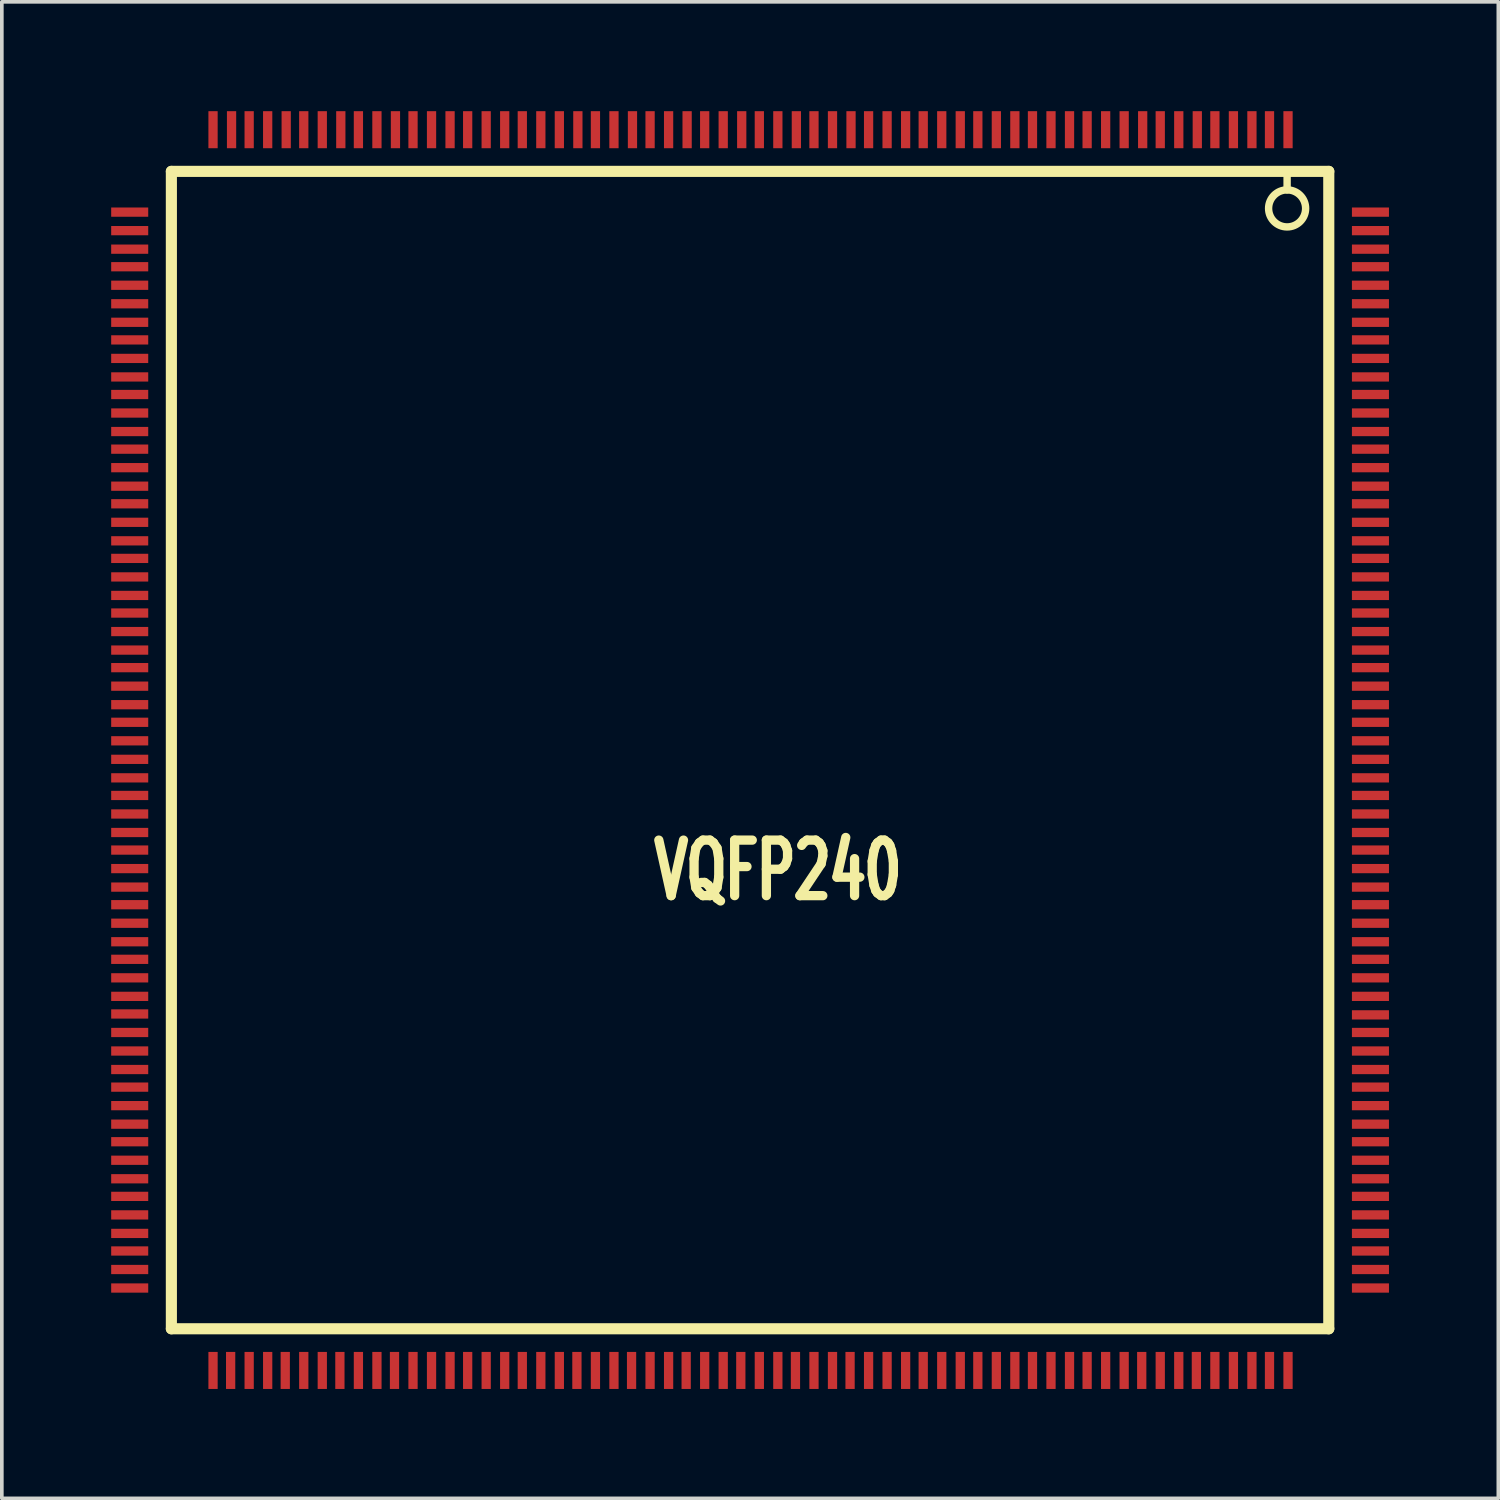
<source format=kicad_pcb>
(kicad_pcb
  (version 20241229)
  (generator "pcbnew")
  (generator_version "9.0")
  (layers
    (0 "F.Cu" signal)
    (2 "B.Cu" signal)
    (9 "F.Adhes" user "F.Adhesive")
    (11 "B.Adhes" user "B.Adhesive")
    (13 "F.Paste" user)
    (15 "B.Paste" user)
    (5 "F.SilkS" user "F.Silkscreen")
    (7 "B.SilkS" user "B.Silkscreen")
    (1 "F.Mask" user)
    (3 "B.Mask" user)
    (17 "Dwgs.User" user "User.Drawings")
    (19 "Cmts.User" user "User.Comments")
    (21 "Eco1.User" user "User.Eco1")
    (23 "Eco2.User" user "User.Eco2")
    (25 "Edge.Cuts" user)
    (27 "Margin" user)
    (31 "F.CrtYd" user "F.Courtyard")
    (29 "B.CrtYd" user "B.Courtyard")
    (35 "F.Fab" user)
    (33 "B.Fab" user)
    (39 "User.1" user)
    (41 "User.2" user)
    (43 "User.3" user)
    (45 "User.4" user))
  (footprint "VQFP240"
    (layer "F.Cu")
    (at 17.526 17.526)
    (property "Reference" "VQFP240" (at 0.762 3.302 0) (layer "F.SilkS") (effects (font (size 1.524 1.016) (thickness 0.305))))
    (attr smd)
    (fp_line (start -15.875 -15.875) (end -15.875 15.875) (stroke (width 0.305) (type solid)) (layer "F.SilkS"))
    (fp_line (start -15.875 15.875) (end 15.875 15.875) (stroke (width 0.305) (type solid)) (layer "F.SilkS"))
    (fp_line (start 14.732 -15.875) (end 14.732 -15.367) (stroke (width 0.203) (type solid)) (layer "F.SilkS"))
    (fp_line (start 15.875 -15.875) (end -15.875 -15.875) (stroke (width 0.305) (type solid)) (layer "F.SilkS"))
    (fp_line (start 15.875 -15.875) (end 15.875 15.875) (stroke (width 0.305) (type solid)) (layer "F.SilkS"))
    (fp_circle (center 14.732 -14.859) (end 14.224 -14.859) (stroke (width 0.203) (type solid)) (fill no) (layer "F.SilkS"))
    (pad "1" smd rect (at 14.757 -17.018) (size 0.254 1.016) (layers "F.Cu" "F.Mask" "F.Paste"))
    (pad "2" smd rect (at 14.249 -17.018) (size 0.254 1.016) (layers "F.Cu" "F.Mask" "F.Paste"))
    (pad "3" smd rect (at 13.767 -17.018) (size 0.254 1.016) (layers "F.Cu" "F.Mask" "F.Paste"))
    (pad "4" smd rect (at 13.259 -17.018) (size 0.254 1.016) (layers "F.Cu" "F.Mask" "F.Paste"))
    (pad "5" smd rect (at 12.751 -17.018) (size 0.254 1.016) (layers "F.Cu" "F.Mask" "F.Paste"))
    (pad "6" smd rect (at 12.268 -17.018) (size 0.254 1.016) (layers "F.Cu" "F.Mask" "F.Paste"))
    (pad "7" smd rect (at 11.76 -17.018) (size 0.254 1.016) (layers "F.Cu" "F.Mask" "F.Paste"))
    (pad "8" smd rect (at 11.252 -17.018) (size 0.254 1.016) (layers "F.Cu" "F.Mask" "F.Paste"))
    (pad "9" smd rect (at 10.77 -17.018) (size 0.254 1.016) (layers "F.Cu" "F.Mask" "F.Paste"))
    (pad "10" smd rect (at 10.262 -17.018) (size 0.254 1.016) (layers "F.Cu" "F.Mask" "F.Paste"))
    (pad "11" smd rect (at 9.754 -17.018) (size 0.254 1.016) (layers "F.Cu" "F.Mask" "F.Paste"))
    (pad "12" smd rect (at 9.246 -17.018) (size 0.254 1.016) (layers "F.Cu" "F.Mask" "F.Paste"))
    (pad "13" smd rect (at 8.763 -17.018) (size 0.254 1.016) (layers "F.Cu" "F.Mask" "F.Paste"))
    (pad "14" smd rect (at 8.255 -17.018) (size 0.254 1.016) (layers "F.Cu" "F.Mask" "F.Paste"))
    (pad "15" smd rect (at 7.747 -17.018) (size 0.254 1.016) (layers "F.Cu" "F.Mask" "F.Paste"))
    (pad "16" smd rect (at 7.264 -17.018) (size 0.254 1.016) (layers "F.Cu" "F.Mask" "F.Paste"))
    (pad "17" smd rect (at 6.756 -17.018) (size 0.254 1.016) (layers "F.Cu" "F.Mask" "F.Paste"))
    (pad "18" smd rect (at 6.248 -17.018) (size 0.254 1.016) (layers "F.Cu" "F.Mask" "F.Paste"))
    (pad "19" smd rect (at 5.766 -17.018) (size 0.254 1.016) (layers "F.Cu" "F.Mask" "F.Paste"))
    (pad "20" smd rect (at 5.258 -17.018) (size 0.254 1.016) (layers "F.Cu" "F.Mask" "F.Paste"))
    (pad "21" smd rect (at 4.75 -17.018) (size 0.254 1.016) (layers "F.Cu" "F.Mask" "F.Paste"))
    (pad "22" smd rect (at 4.267 -17.018) (size 0.254 1.016) (layers "F.Cu" "F.Mask" "F.Paste"))
    (pad "23" smd rect (at 3.759 -17.018) (size 0.254 1.016) (layers "F.Cu" "F.Mask" "F.Paste"))
    (pad "24" smd rect (at 3.251 -17.018) (size 0.254 1.016) (layers "F.Cu" "F.Mask" "F.Paste"))
    (pad "25" smd rect (at 2.769 -17.018) (size 0.254 1.016) (layers "F.Cu" "F.Mask" "F.Paste"))
    (pad "26" smd rect (at 2.261 -17.018) (size 0.254 1.016) (layers "F.Cu" "F.Mask" "F.Paste"))
    (pad "27" smd rect (at 1.753 -17.018) (size 0.254 1.016) (layers "F.Cu" "F.Mask" "F.Paste"))
    (pad "28" smd rect (at 1.27 -17.018) (size 0.254 1.016) (layers "F.Cu" "F.Mask" "F.Paste"))
    (pad "29" smd rect (at 0.762 -17.018) (size 0.254 1.016) (layers "F.Cu" "F.Mask" "F.Paste"))
    (pad "30" smd rect (at 0.254 -17.018) (size 0.254 1.016) (layers "F.Cu" "F.Mask" "F.Paste"))
    (pad "31" smd rect (at -0.229 -17.018) (size 0.254 1.016) (layers "F.Cu" "F.Mask" "F.Paste"))
    (pad "32" smd rect (at -0.737 -17.018) (size 0.254 1.016) (layers "F.Cu" "F.Mask" "F.Paste"))
    (pad "33" smd rect (at -1.245 -17.018) (size 0.254 1.016) (layers "F.Cu" "F.Mask" "F.Paste"))
    (pad "34" smd rect (at -1.727 -17.018) (size 0.254 1.016) (layers "F.Cu" "F.Mask" "F.Paste"))
    (pad "35" smd rect (at -2.235 -17.018) (size 0.254 1.016) (layers "F.Cu" "F.Mask" "F.Paste"))
    (pad "36" smd rect (at -2.743 -17.018) (size 0.254 1.016) (layers "F.Cu" "F.Mask" "F.Paste"))
    (pad "37" smd rect (at -3.226 -17.018) (size 0.254 1.016) (layers "F.Cu" "F.Mask" "F.Paste"))
    (pad "38" smd rect (at -3.734 -17.018) (size 0.254 1.016) (layers "F.Cu" "F.Mask" "F.Paste"))
    (pad "39" smd rect (at -4.242 -17.018) (size 0.254 1.016) (layers "F.Cu" "F.Mask" "F.Paste"))
    (pad "40" smd rect (at -4.724 -17.018) (size 0.254 1.016) (layers "F.Cu" "F.Mask" "F.Paste"))
    (pad "41" smd rect (at -5.232 -17.018) (size 0.254 1.016) (layers "F.Cu" "F.Mask" "F.Paste"))
    (pad "42" smd rect (at -5.74 -17.018) (size 0.254 1.016) (layers "F.Cu" "F.Mask" "F.Paste"))
    (pad "43" smd rect (at -6.248 -17.018) (size 0.254 1.016) (layers "F.Cu" "F.Mask" "F.Paste"))
    (pad "44" smd rect (at -6.731 -17.018) (size 0.254 1.016) (layers "F.Cu" "F.Mask" "F.Paste"))
    (pad "45" smd rect (at -7.239 -17.018) (size 0.254 1.016) (layers "F.Cu" "F.Mask" "F.Paste"))
    (pad "46" smd rect (at -7.747 -17.018) (size 0.254 1.016) (layers "F.Cu" "F.Mask" "F.Paste"))
    (pad "47" smd rect (at -8.23 -17.018) (size 0.254 1.016) (layers "F.Cu" "F.Mask" "F.Paste"))
    (pad "48" smd rect (at -8.738 -17.018) (size 0.254 1.016) (layers "F.Cu" "F.Mask" "F.Paste"))
    (pad "49" smd rect (at -9.246 -17.018) (size 0.254 1.016) (layers "F.Cu" "F.Mask" "F.Paste"))
    (pad "50" smd rect (at -9.728 -17.018) (size 0.254 1.016) (layers "F.Cu" "F.Mask" "F.Paste"))
    (pad "51" smd rect (at -10.236 -17.018) (size 0.254 1.016) (layers "F.Cu" "F.Mask" "F.Paste"))
    (pad "52" smd rect (at -10.744 -17.018) (size 0.254 1.016) (layers "F.Cu" "F.Mask" "F.Paste"))
    (pad "53" smd rect (at -11.227 -17.018) (size 0.254 1.016) (layers "F.Cu" "F.Mask" "F.Paste"))
    (pad "54" smd rect (at -11.735 -17.018) (size 0.254 1.016) (layers "F.Cu" "F.Mask" "F.Paste"))
    (pad "55" smd rect (at -12.243 -17.018) (size 0.254 1.016) (layers "F.Cu" "F.Mask" "F.Paste"))
    (pad "56" smd rect (at -12.725 -17.018) (size 0.254 1.016) (layers "F.Cu" "F.Mask" "F.Paste"))
    (pad "57" smd rect (at -13.233 -17.018) (size 0.254 1.016) (layers "F.Cu" "F.Mask" "F.Paste"))
    (pad "58" smd rect (at -13.741 -17.018) (size 0.254 1.016) (layers "F.Cu" "F.Mask" "F.Paste"))
    (pad "59" smd rect (at -14.224 -17.018) (size 0.254 1.016) (layers "F.Cu" "F.Mask" "F.Paste"))
    (pad "60" smd rect (at -14.732 -17.018) (size 0.254 1.016) (layers "F.Cu" "F.Mask" "F.Paste"))
    (pad "61" smd rect (at -17.018 -14.757) (size 1.016 0.254) (layers "F.Cu" "F.Mask" "F.Paste"))
    (pad "62" smd rect (at -17.018 -14.249) (size 1.016 0.254) (layers "F.Cu" "F.Mask" "F.Paste"))
    (pad "63" smd rect (at -17.018 -13.741) (size 1.016 0.254) (layers "F.Cu" "F.Mask" "F.Paste"))
    (pad "64" smd rect (at -17.018 -13.259) (size 1.016 0.254) (layers "F.Cu" "F.Mask" "F.Paste"))
    (pad "65" smd rect (at -17.018 -12.751) (size 1.016 0.254) (layers "F.Cu" "F.Mask" "F.Paste"))
    (pad "66" smd rect (at -17.018 -12.243) (size 1.016 0.254) (layers "F.Cu" "F.Mask" "F.Paste"))
    (pad "67" smd rect (at -17.018 -11.735) (size 1.016 0.254) (layers "F.Cu" "F.Mask" "F.Paste"))
    (pad "68" smd rect (at -17.018 -11.252) (size 1.016 0.254) (layers "F.Cu" "F.Mask" "F.Paste"))
    (pad "69" smd rect (at -17.018 -10.744) (size 1.016 0.254) (layers "F.Cu" "F.Mask" "F.Paste"))
    (pad "70" smd rect (at -17.018 -10.236) (size 1.016 0.254) (layers "F.Cu" "F.Mask" "F.Paste"))
    (pad "71" smd rect (at -17.018 -9.754) (size 1.016 0.254) (layers "F.Cu" "F.Mask" "F.Paste"))
    (pad "72" smd rect (at -17.018 -9.246) (size 1.016 0.254) (layers "F.Cu" "F.Mask" "F.Paste"))
    (pad "73" smd rect (at -17.018 -8.738) (size 1.016 0.254) (layers "F.Cu" "F.Mask" "F.Paste"))
    (pad "74" smd rect (at -17.018 -8.255) (size 1.016 0.254) (layers "F.Cu" "F.Mask" "F.Paste"))
    (pad "75" smd rect (at -17.018 -7.747) (size 1.016 0.254) (layers "F.Cu" "F.Mask" "F.Paste"))
    (pad "76" smd rect (at -17.018 -7.239) (size 1.016 0.254) (layers "F.Cu" "F.Mask" "F.Paste"))
    (pad "77" smd rect (at -17.018 -6.756) (size 1.016 0.254) (layers "F.Cu" "F.Mask" "F.Paste"))
    (pad "78" smd rect (at -17.018 -6.248) (size 1.016 0.254) (layers "F.Cu" "F.Mask" "F.Paste"))
    (pad "79" smd rect (at -17.018 -5.74) (size 1.016 0.254) (layers "F.Cu" "F.Mask" "F.Paste"))
    (pad "80" smd rect (at -17.018 -5.258) (size 1.016 0.254) (layers "F.Cu" "F.Mask" "F.Paste"))
    (pad "81" smd rect (at -17.018 -4.75) (size 1.016 0.254) (layers "F.Cu" "F.Mask" "F.Paste"))
    (pad "82" smd rect (at -17.018 -4.242) (size 1.016 0.254) (layers "F.Cu" "F.Mask" "F.Paste"))
    (pad "83" smd rect (at -17.018 -3.759) (size 1.016 0.254) (layers "F.Cu" "F.Mask" "F.Paste"))
    (pad "84" smd rect (at -17.018 -3.251) (size 1.016 0.254) (layers "F.Cu" "F.Mask" "F.Paste"))
    (pad "85" smd rect (at -17.018 -2.743) (size 1.016 0.254) (layers "F.Cu" "F.Mask" "F.Paste"))
    (pad "86" smd rect (at -17.018 -2.261) (size 1.016 0.254) (layers "F.Cu" "F.Mask" "F.Paste"))
    (pad "87" smd rect (at -17.018 -1.753) (size 1.016 0.254) (layers "F.Cu" "F.Mask" "F.Paste"))
    (pad "88" smd rect (at -17.018 -1.245) (size 1.016 0.254) (layers "F.Cu" "F.Mask" "F.Paste"))
    (pad "89" smd rect (at -17.018 -0.762) (size 1.016 0.254) (layers "F.Cu" "F.Mask" "F.Paste"))
    (pad "90" smd rect (at -17.018 -0.254) (size 1.016 0.254) (layers "F.Cu" "F.Mask" "F.Paste"))
    (pad "91" smd rect (at -17.018 0.254) (size 1.016 0.254) (layers "F.Cu" "F.Mask" "F.Paste"))
    (pad "92" smd rect (at -17.018 0.762) (size 1.016 0.254) (layers "F.Cu" "F.Mask" "F.Paste"))
    (pad "93" smd rect (at -17.018 1.245) (size 1.016 0.254) (layers "F.Cu" "F.Mask" "F.Paste"))
    (pad "94" smd rect (at -17.018 1.753) (size 1.016 0.254) (layers "F.Cu" "F.Mask" "F.Paste"))
    (pad "95" smd rect (at -17.018 2.261) (size 1.016 0.254) (layers "F.Cu" "F.Mask" "F.Paste"))
    (pad "96" smd rect (at -17.018 2.743) (size 1.016 0.254) (layers "F.Cu" "F.Mask" "F.Paste"))
    (pad "97" smd rect (at -17.018 3.251) (size 1.016 0.254) (layers "F.Cu" "F.Mask" "F.Paste"))
    (pad "98" smd rect (at -17.018 3.759) (size 1.016 0.254) (layers "F.Cu" "F.Mask" "F.Paste"))
    (pad "99" smd rect (at -17.018 4.242) (size 1.016 0.254) (layers "F.Cu" "F.Mask" "F.Paste"))
    (pad "100" smd rect (at -17.018 4.75) (size 1.016 0.254) (layers "F.Cu" "F.Mask" "F.Paste"))
    (pad "101" smd rect (at -17.018 5.258) (size 1.016 0.254) (layers "F.Cu" "F.Mask" "F.Paste"))
    (pad "102" smd rect (at -17.018 5.74) (size 1.016 0.254) (layers "F.Cu" "F.Mask" "F.Paste"))
    (pad "103" smd rect (at -17.018 6.248) (size 1.016 0.254) (layers "F.Cu" "F.Mask" "F.Paste"))
    (pad "104" smd rect (at -17.018 6.756) (size 1.016 0.254) (layers "F.Cu" "F.Mask" "F.Paste"))
    (pad "105" smd rect (at -17.018 7.239) (size 1.016 0.254) (layers "F.Cu" "F.Mask" "F.Paste"))
    (pad "106" smd rect (at -17.018 7.747) (size 1.016 0.254) (layers "F.Cu" "F.Mask" "F.Paste"))
    (pad "107" smd rect (at -17.018 8.255) (size 1.016 0.254) (layers "F.Cu" "F.Mask" "F.Paste"))
    (pad "108" smd rect (at -17.018 8.763) (size 1.016 0.254) (layers "F.Cu" "F.Mask" "F.Paste"))
    (pad "109" smd rect (at -17.018 9.246) (size 1.016 0.254) (layers "F.Cu" "F.Mask" "F.Paste"))
    (pad "110" smd rect (at -17.018 9.754) (size 1.016 0.254) (layers "F.Cu" "F.Mask" "F.Paste"))
    (pad "111" smd rect (at -17.018 10.262) (size 1.016 0.254) (layers "F.Cu" "F.Mask" "F.Paste"))
    (pad "112" smd rect (at -17.018 10.744) (size 1.016 0.254) (layers "F.Cu" "F.Mask" "F.Paste"))
    (pad "113" smd rect (at -17.018 11.252) (size 1.016 0.254) (layers "F.Cu" "F.Mask" "F.Paste"))
    (pad "114" smd rect (at -17.018 11.76) (size 1.016 0.254) (layers "F.Cu" "F.Mask" "F.Paste"))
    (pad "115" smd rect (at -17.018 12.243) (size 1.016 0.254) (layers "F.Cu" "F.Mask" "F.Paste"))
    (pad "116" smd rect (at -17.018 12.751) (size 1.016 0.254) (layers "F.Cu" "F.Mask" "F.Paste"))
    (pad "117" smd rect (at -17.018 13.259) (size 1.016 0.254) (layers "F.Cu" "F.Mask" "F.Paste"))
    (pad "118" smd rect (at -17.018 13.741) (size 1.016 0.254) (layers "F.Cu" "F.Mask" "F.Paste"))
    (pad "119" smd rect (at -17.018 14.249) (size 1.016 0.254) (layers "F.Cu" "F.Mask" "F.Paste"))
    (pad "120" smd rect (at -17.018 14.757) (size 1.016 0.254) (layers "F.Cu" "F.Mask" "F.Paste"))
    (pad "121" smd rect (at -14.732 17.018) (size 0.254 1.016) (layers "F.Cu" "F.Mask" "F.Paste"))
    (pad "122" smd rect (at -14.249 17.018) (size 0.254 1.016) (layers "F.Cu" "F.Mask" "F.Paste"))
    (pad "123" smd rect (at -13.741 17.018) (size 0.254 1.016) (layers "F.Cu" "F.Mask" "F.Paste"))
    (pad "124" smd rect (at -13.233 17.018) (size 0.254 1.016) (layers "F.Cu" "F.Mask" "F.Paste"))
    (pad "125" smd rect (at -12.751 17.018) (size 0.254 1.016) (layers "F.Cu" "F.Mask" "F.Paste"))
    (pad "126" smd rect (at -12.243 17.018) (size 0.254 1.016) (layers "F.Cu" "F.Mask" "F.Paste"))
    (pad "127" smd rect (at -11.735 17.018) (size 0.254 1.016) (layers "F.Cu" "F.Mask" "F.Paste"))
    (pad "128" smd rect (at -11.252 17.018) (size 0.254 1.016) (layers "F.Cu" "F.Mask" "F.Paste"))
    (pad "129" smd rect (at -10.744 17.018) (size 0.254 1.016) (layers "F.Cu" "F.Mask" "F.Paste"))
    (pad "130" smd rect (at -10.236 17.018) (size 0.254 1.016) (layers "F.Cu" "F.Mask" "F.Paste"))
    (pad "131" smd rect (at -9.754 17.018) (size 0.254 1.016) (layers "F.Cu" "F.Mask" "F.Paste"))
    (pad "132" smd rect (at -9.246 17.018) (size 0.254 1.016) (layers "F.Cu" "F.Mask" "F.Paste"))
    (pad "133" smd rect (at -8.738 17.018) (size 0.254 1.016) (layers "F.Cu" "F.Mask" "F.Paste"))
    (pad "134" smd rect (at -8.23 17.018) (size 0.254 1.016) (layers "F.Cu" "F.Mask" "F.Paste"))
    (pad "135" smd rect (at -7.747 17.018) (size 0.254 1.016) (layers "F.Cu" "F.Mask" "F.Paste"))
    (pad "136" smd rect (at -7.239 17.018) (size 0.254 1.016) (layers "F.Cu" "F.Mask" "F.Paste"))
    (pad "137" smd rect (at -6.731 17.018) (size 0.254 1.016) (layers "F.Cu" "F.Mask" "F.Paste"))
    (pad "138" smd rect (at -6.248 17.018) (size 0.254 1.016) (layers "F.Cu" "F.Mask" "F.Paste"))
    (pad "139" smd rect (at -5.74 17.018) (size 0.254 1.016) (layers "F.Cu" "F.Mask" "F.Paste"))
    (pad "140" smd rect (at -5.232 17.018) (size 0.254 1.016) (layers "F.Cu" "F.Mask" "F.Paste"))
    (pad "141" smd rect (at -4.75 17.018) (size 0.254 1.016) (layers "F.Cu" "F.Mask" "F.Paste"))
    (pad "142" smd rect (at -4.242 17.018) (size 0.254 1.016) (layers "F.Cu" "F.Mask" "F.Paste"))
    (pad "143" smd rect (at -3.734 17.018) (size 0.254 1.016) (layers "F.Cu" "F.Mask" "F.Paste"))
    (pad "144" smd rect (at -3.251 17.018) (size 0.254 1.016) (layers "F.Cu" "F.Mask" "F.Paste"))
    (pad "145" smd rect (at -2.743 17.018) (size 0.254 1.016) (layers "F.Cu" "F.Mask" "F.Paste"))
    (pad "146" smd rect (at -2.235 17.018) (size 0.254 1.016) (layers "F.Cu" "F.Mask" "F.Paste"))
    (pad "147" smd rect (at -1.753 17.018) (size 0.254 1.016) (layers "F.Cu" "F.Mask" "F.Paste"))
    (pad "148" smd rect (at -1.245 17.018) (size 0.254 1.016) (layers "F.Cu" "F.Mask" "F.Paste"))
    (pad "149" smd rect (at -0.737 17.018) (size 0.254 1.016) (layers "F.Cu" "F.Mask" "F.Paste"))
    (pad "150" smd rect (at -0.254 17.018) (size 0.254 1.016) (layers "F.Cu" "F.Mask" "F.Paste"))
    (pad "151" smd rect (at 0.254 17.018) (size 0.254 1.016) (layers "F.Cu" "F.Mask" "F.Paste"))
    (pad "152" smd rect (at 0.762 17.018) (size 0.254 1.016) (layers "F.Cu" "F.Mask" "F.Paste"))
    (pad "153" smd rect (at 1.245 17.018) (size 0.254 1.016) (layers "F.Cu" "F.Mask" "F.Paste"))
    (pad "154" smd rect (at 1.753 17.018) (size 0.254 1.016) (layers "F.Cu" "F.Mask" "F.Paste"))
    (pad "155" smd rect (at 2.261 17.018) (size 0.254 1.016) (layers "F.Cu" "F.Mask" "F.Paste"))
    (pad "156" smd rect (at 2.743 17.018) (size 0.254 1.016) (layers "F.Cu" "F.Mask" "F.Paste"))
    (pad "157" smd rect (at 3.251 17.018) (size 0.254 1.016) (layers "F.Cu" "F.Mask" "F.Paste"))
    (pad "158" smd rect (at 3.759 17.018) (size 0.254 1.016) (layers "F.Cu" "F.Mask" "F.Paste"))
    (pad "159" smd rect (at 4.267 17.018) (size 0.254 1.016) (layers "F.Cu" "F.Mask" "F.Paste"))
    (pad "160" smd rect (at 4.75 17.018) (size 0.254 1.016) (layers "F.Cu" "F.Mask" "F.Paste"))
    (pad "161" smd rect (at 5.258 17.018) (size 0.254 1.016) (layers "F.Cu" "F.Mask" "F.Paste"))
    (pad "162" smd rect (at 5.766 17.018) (size 0.254 1.016) (layers "F.Cu" "F.Mask" "F.Paste"))
    (pad "163" smd rect (at 6.248 17.018) (size 0.254 1.016) (layers "F.Cu" "F.Mask" "F.Paste"))
    (pad "164" smd rect (at 6.756 17.018) (size 0.254 1.016) (layers "F.Cu" "F.Mask" "F.Paste"))
    (pad "165" smd rect (at 7.264 17.018) (size 0.254 1.016) (layers "F.Cu" "F.Mask" "F.Paste"))
    (pad "166" smd rect (at 7.747 17.018) (size 0.254 1.016) (layers "F.Cu" "F.Mask" "F.Paste"))
    (pad "167" smd rect (at 8.255 17.018) (size 0.254 1.016) (layers "F.Cu" "F.Mask" "F.Paste"))
    (pad "168" smd rect (at 8.763 17.018) (size 0.254 1.016) (layers "F.Cu" "F.Mask" "F.Paste"))
    (pad "169" smd rect (at 9.246 17.018) (size 0.254 1.016) (layers "F.Cu" "F.Mask" "F.Paste"))
    (pad "170" smd rect (at 9.754 17.018) (size 0.254 1.016) (layers "F.Cu" "F.Mask" "F.Paste"))
    (pad "171" smd rect (at 10.262 17.018) (size 0.254 1.016) (layers "F.Cu" "F.Mask" "F.Paste"))
    (pad "172" smd rect (at 10.744 17.018) (size 0.254 1.016) (layers "F.Cu" "F.Mask" "F.Paste"))
    (pad "173" smd rect (at 11.252 17.018) (size 0.254 1.016) (layers "F.Cu" "F.Mask" "F.Paste"))
    (pad "174" smd rect (at 11.76 17.018) (size 0.254 1.016) (layers "F.Cu" "F.Mask" "F.Paste"))
    (pad "175" smd rect (at 12.243 17.018) (size 0.254 1.016) (layers "F.Cu" "F.Mask" "F.Paste"))
    (pad "176" smd rect (at 12.751 17.018) (size 0.254 1.016) (layers "F.Cu" "F.Mask" "F.Paste"))
    (pad "177" smd rect (at 13.259 17.018) (size 0.254 1.016) (layers "F.Cu" "F.Mask" "F.Paste"))
    (pad "178" smd rect (at 13.767 17.018) (size 0.254 1.016) (layers "F.Cu" "F.Mask" "F.Paste"))
    (pad "179" smd rect (at 14.249 17.018) (size 0.254 1.016) (layers "F.Cu" "F.Mask" "F.Paste"))
    (pad "180" smd rect (at 14.757 17.018) (size 0.254 1.016) (layers "F.Cu" "F.Mask" "F.Paste"))
    (pad "181" smd rect (at 17.018 14.757) (size 1.016 0.254) (layers "F.Cu" "F.Mask" "F.Paste"))
    (pad "182" smd rect (at 17.018 14.249) (size 1.016 0.254) (layers "F.Cu" "F.Mask" "F.Paste"))
    (pad "183" smd rect (at 17.018 13.741) (size 1.016 0.254) (layers "F.Cu" "F.Mask" "F.Paste"))
    (pad "184" smd rect (at 17.018 13.259) (size 1.016 0.254) (layers "F.Cu" "F.Mask" "F.Paste"))
    (pad "185" smd rect (at 17.018 12.751) (size 1.016 0.254) (layers "F.Cu" "F.Mask" "F.Paste"))
    (pad "186" smd rect (at 17.018 12.243) (size 1.016 0.254) (layers "F.Cu" "F.Mask" "F.Paste"))
    (pad "187" smd rect (at 17.018 11.76) (size 1.016 0.254) (layers "F.Cu" "F.Mask" "F.Paste"))
    (pad "188" smd rect (at 17.018 11.252) (size 1.016 0.254) (layers "F.Cu" "F.Mask" "F.Paste"))
    (pad "189" smd rect (at 17.018 10.744) (size 1.016 0.254) (layers "F.Cu" "F.Mask" "F.Paste"))
    (pad "190" smd rect (at 17.018 10.262) (size 1.016 0.254) (layers "F.Cu" "F.Mask" "F.Paste"))
    (pad "191" smd rect (at 17.018 9.754) (size 1.016 0.254) (layers "F.Cu" "F.Mask" "F.Paste"))
    (pad "192" smd rect (at 17.018 9.246) (size 1.016 0.254) (layers "F.Cu" "F.Mask" "F.Paste"))
    (pad "193" smd rect (at 17.018 8.763) (size 1.016 0.254) (layers "F.Cu" "F.Mask" "F.Paste"))
    (pad "194" smd rect (at 17.018 8.255) (size 1.016 0.254) (layers "F.Cu" "F.Mask" "F.Paste"))
    (pad "195" smd rect (at 17.018 7.747) (size 1.016 0.254) (layers "F.Cu" "F.Mask" "F.Paste"))
    (pad "196" smd rect (at 17.018 7.264) (size 1.016 0.254) (layers "F.Cu" "F.Mask" "F.Paste"))
    (pad "197" smd rect (at 17.018 6.756) (size 1.016 0.254) (layers "F.Cu" "F.Mask" "F.Paste"))
    (pad "198" smd rect (at 17.018 6.248) (size 1.016 0.254) (layers "F.Cu" "F.Mask" "F.Paste"))
    (pad "199" smd rect (at 17.018 5.74) (size 1.016 0.254) (layers "F.Cu" "F.Mask" "F.Paste"))
    (pad "200" smd rect (at 17.018 5.258) (size 1.016 0.254) (layers "F.Cu" "F.Mask" "F.Paste"))
    (pad "201" smd rect (at 17.018 4.75) (size 1.016 0.254) (layers "F.Cu" "F.Mask" "F.Paste"))
    (pad "202" smd rect (at 17.018 4.242) (size 1.016 0.254) (layers "F.Cu" "F.Mask" "F.Paste"))
    (pad "203" smd rect (at 17.018 3.759) (size 1.016 0.254) (layers "F.Cu" "F.Mask" "F.Paste"))
    (pad "204" smd rect (at 17.018 3.251) (size 1.016 0.254) (layers "F.Cu" "F.Mask" "F.Paste"))
    (pad "205" smd rect (at 17.018 2.743) (size 1.016 0.254) (layers "F.Cu" "F.Mask" "F.Paste"))
    (pad "206" smd rect (at 17.018 2.261) (size 1.016 0.254) (layers "F.Cu" "F.Mask" "F.Paste"))
    (pad "207" smd rect (at 17.018 1.753) (size 1.016 0.254) (layers "F.Cu" "F.Mask" "F.Paste"))
    (pad "208" smd rect (at 17.018 1.245) (size 1.016 0.254) (layers "F.Cu" "F.Mask" "F.Paste"))
    (pad "209" smd rect (at 17.018 0.762) (size 1.016 0.254) (layers "F.Cu" "F.Mask" "F.Paste"))
    (pad "210" smd rect (at 17.018 0.254) (size 1.016 0.254) (layers "F.Cu" "F.Mask" "F.Paste"))
    (pad "211" smd rect (at 17.018 -0.254) (size 1.016 0.254) (layers "F.Cu" "F.Mask" "F.Paste"))
    (pad "212" smd rect (at 17.018 -0.762) (size 1.016 0.254) (layers "F.Cu" "F.Mask" "F.Paste"))
    (pad "213" smd rect (at 17.018 -1.245) (size 1.016 0.254) (layers "F.Cu" "F.Mask" "F.Paste"))
    (pad "214" smd rect (at 17.018 -1.753) (size 1.016 0.254) (layers "F.Cu" "F.Mask" "F.Paste"))
    (pad "215" smd rect (at 17.018 -2.261) (size 1.016 0.254) (layers "F.Cu" "F.Mask" "F.Paste"))
    (pad "216" smd rect (at 17.018 -2.743) (size 1.016 0.254) (layers "F.Cu" "F.Mask" "F.Paste"))
    (pad "217" smd rect (at 17.018 -3.251) (size 1.016 0.254) (layers "F.Cu" "F.Mask" "F.Paste"))
    (pad "218" smd rect (at 17.018 -3.759) (size 1.016 0.254) (layers "F.Cu" "F.Mask" "F.Paste"))
    (pad "219" smd rect (at 17.018 -4.242) (size 1.016 0.254) (layers "F.Cu" "F.Mask" "F.Paste"))
    (pad "220" smd rect (at 17.018 -4.75) (size 1.016 0.254) (layers "F.Cu" "F.Mask" "F.Paste"))
    (pad "221" smd rect (at 17.018 -5.258) (size 1.016 0.254) (layers "F.Cu" "F.Mask" "F.Paste"))
    (pad "222" smd rect (at 17.018 -5.74) (size 1.016 0.254) (layers "F.Cu" "F.Mask" "F.Paste"))
    (pad "223" smd rect (at 17.018 -6.248) (size 1.016 0.254) (layers "F.Cu" "F.Mask" "F.Paste"))
    (pad "224" smd rect (at 17.018 -6.756) (size 1.016 0.254) (layers "F.Cu" "F.Mask" "F.Paste"))
    (pad "225" smd rect (at 17.018 -7.239) (size 1.016 0.254) (layers "F.Cu" "F.Mask" "F.Paste"))
    (pad "226" smd rect (at 17.018 -7.747) (size 1.016 0.254) (layers "F.Cu" "F.Mask" "F.Paste"))
    (pad "227" smd rect (at 17.018 -8.255) (size 1.016 0.254) (layers "F.Cu" "F.Mask" "F.Paste"))
    (pad "228" smd rect (at 17.018 -8.738) (size 1.016 0.254) (layers "F.Cu" "F.Mask" "F.Paste"))
    (pad "229" smd rect (at 17.018 -9.246) (size 1.016 0.254) (layers "F.Cu" "F.Mask" "F.Paste"))
    (pad "230" smd rect (at 17.018 -9.754) (size 1.016 0.254) (layers "F.Cu" "F.Mask" "F.Paste"))
    (pad "231" smd rect (at 17.018 -10.236) (size 1.016 0.254) (layers "F.Cu" "F.Mask" "F.Paste"))
    (pad "232" smd rect (at 17.018 -10.744) (size 1.016 0.254) (layers "F.Cu" "F.Mask" "F.Paste"))
    (pad "233" smd rect (at 17.018 -11.252) (size 1.016 0.254) (layers "F.Cu" "F.Mask" "F.Paste"))
    (pad "234" smd rect (at 17.018 -11.735) (size 1.016 0.254) (layers "F.Cu" "F.Mask" "F.Paste"))
    (pad "235" smd rect (at 17.018 -12.243) (size 1.016 0.254) (layers "F.Cu" "F.Mask" "F.Paste"))
    (pad "236" smd rect (at 17.018 -12.751) (size 1.016 0.254) (layers "F.Cu" "F.Mask" "F.Paste"))
    (pad "237" smd rect (at 17.018 -13.259) (size 1.016 0.254) (layers "F.Cu" "F.Mask" "F.Paste"))
    (pad "238" smd rect (at 17.018 -13.741) (size 1.016 0.254) (layers "F.Cu" "F.Mask" "F.Paste"))
    (pad "239" smd rect (at 17.018 -14.249) (size 1.016 0.254) (layers "F.Cu" "F.Mask" "F.Paste"))
    (pad "240" smd rect (at 17.018 -14.757) (size 1.016 0.254) (layers "F.Cu" "F.Mask" "F.Paste")))
  (gr_rect
    (start -3 -3)
    (end 38.052 38.052)
    (stroke (width 0.1) (type default))
    (fill no)
    (layer "Edge.Cuts")))
</source>
